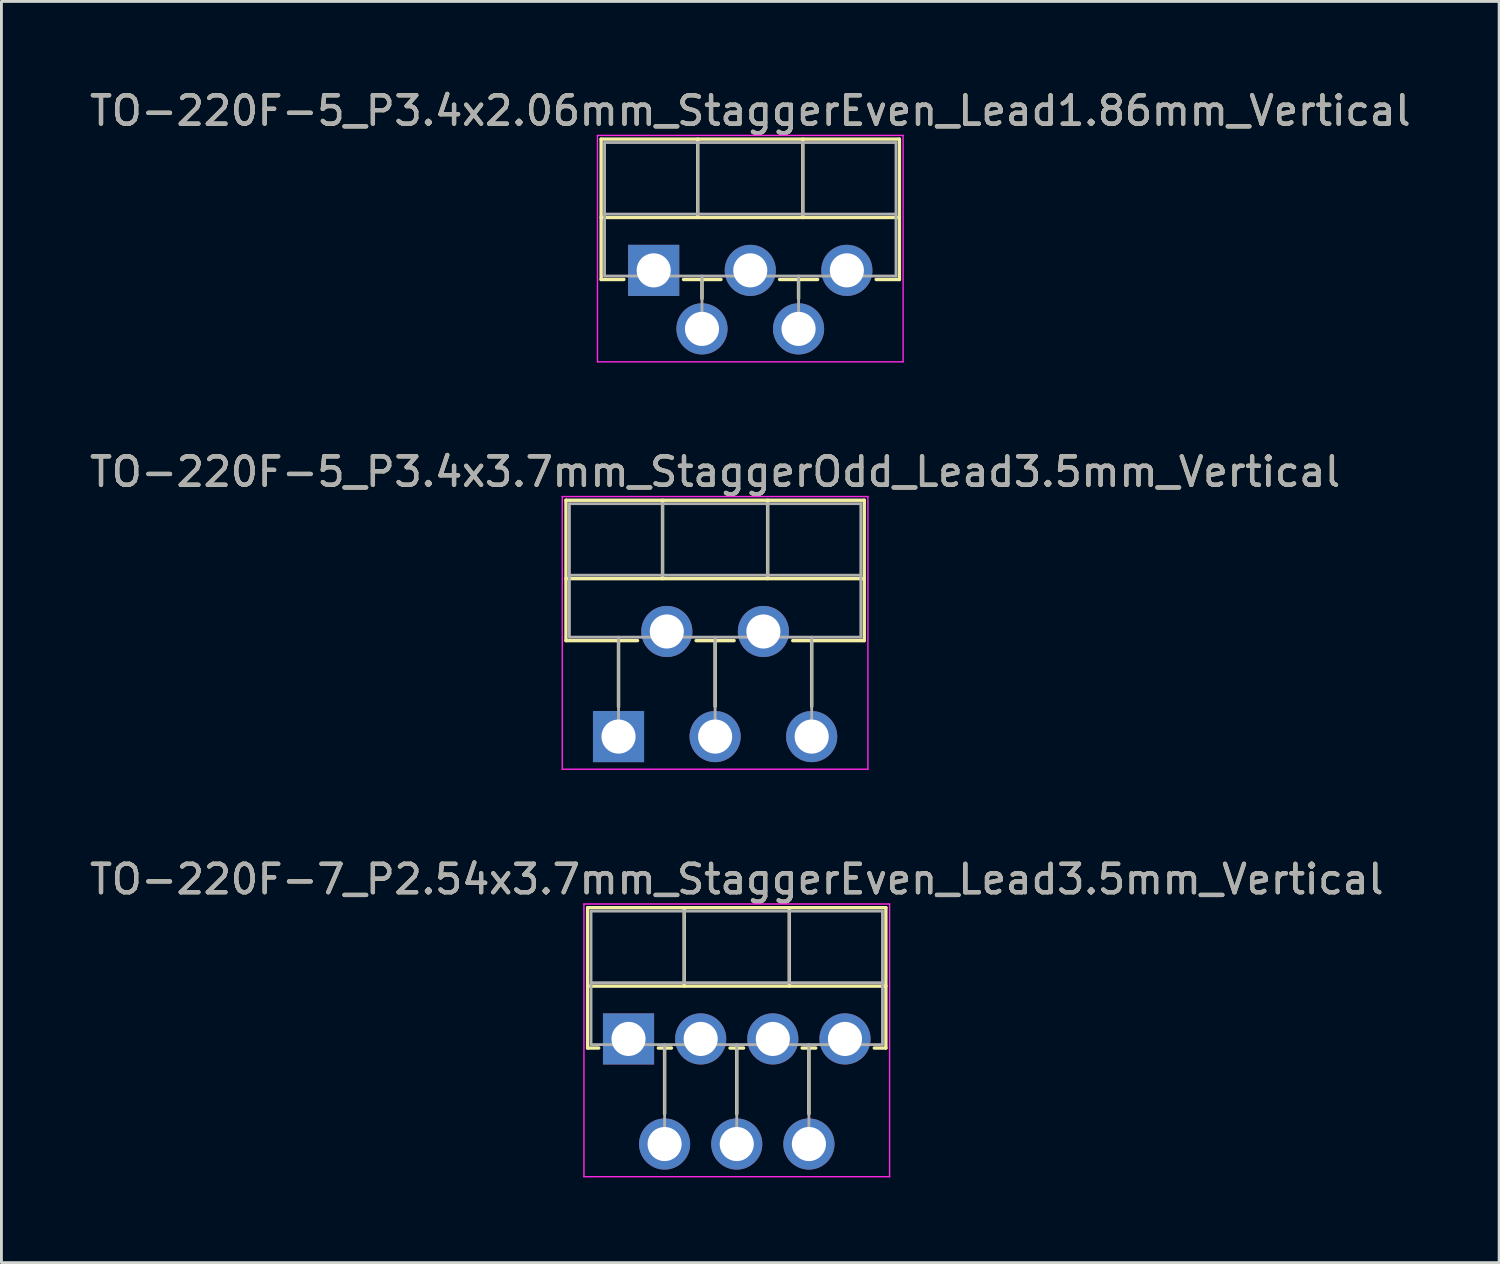
<source format=kicad_pcb>
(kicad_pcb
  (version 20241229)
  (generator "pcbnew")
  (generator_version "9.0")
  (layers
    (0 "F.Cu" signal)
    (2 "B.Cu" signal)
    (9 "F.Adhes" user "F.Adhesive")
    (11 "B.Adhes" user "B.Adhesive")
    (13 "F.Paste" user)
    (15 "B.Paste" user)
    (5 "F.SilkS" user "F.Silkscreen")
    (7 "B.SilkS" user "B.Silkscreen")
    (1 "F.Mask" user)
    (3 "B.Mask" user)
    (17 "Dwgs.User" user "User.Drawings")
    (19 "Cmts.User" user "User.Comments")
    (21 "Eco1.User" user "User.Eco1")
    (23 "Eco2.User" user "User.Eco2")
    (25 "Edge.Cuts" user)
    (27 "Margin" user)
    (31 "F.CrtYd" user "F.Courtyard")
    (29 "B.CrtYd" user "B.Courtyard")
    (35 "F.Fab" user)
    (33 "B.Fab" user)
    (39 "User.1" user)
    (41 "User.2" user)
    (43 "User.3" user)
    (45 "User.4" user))
  (footprint "TO-220F-5_P3.4x3.7mm_StaggerOdd_Lead3.5mm_Vertical"
    (layer "F.Cu")
    (at 18.725 22.881)
    (property "Reference" "TO-220F-5_P3.4x3.7mm_StaggerOdd_Lead3.5mm_Vertical" (at 3.4 -9.32 0) (layer "F.SilkS") (effects (font (size 1 1) (thickness 0.15))))
    (attr through_hole)
    (fp_line (start -1.85 -8.32) (end -1.85 -3.379) (stroke (width 0.12) (type solid)) (layer "F.SilkS"))
    (fp_line (start -1.85 -8.32) (end 8.65 -8.32) (stroke (width 0.12) (type solid)) (layer "F.SilkS"))
    (fp_line (start -1.85 -5.561) (end 8.65 -5.561) (stroke (width 0.12) (type solid)) (layer "F.SilkS"))
    (fp_line (start -1.85 -3.379) (end 0.669 -3.379) (stroke (width 0.12) (type solid)) (layer "F.SilkS"))
    (fp_line (start 0 -3.379) (end 0 -1.049) (stroke (width 0.12) (type solid)) (layer "F.SilkS"))
    (fp_line (start 1.55 -8.32) (end 1.55 -5.561) (stroke (width 0.12) (type solid)) (layer "F.SilkS"))
    (fp_line (start 2.732 -3.379) (end 4.069 -3.379) (stroke (width 0.12) (type solid)) (layer "F.SilkS"))
    (fp_line (start 3.4 -3.379) (end 3.4 -1.065) (stroke (width 0.12) (type solid)) (layer "F.SilkS"))
    (fp_line (start 5.25 -8.32) (end 5.25 -5.561) (stroke (width 0.12) (type solid)) (layer "F.SilkS"))
    (fp_line (start 6.132 -3.379) (end 8.65 -3.379) (stroke (width 0.12) (type solid)) (layer "F.SilkS"))
    (fp_line (start 6.8 -3.379) (end 6.8 -1.065) (stroke (width 0.12) (type solid)) (layer "F.SilkS"))
    (fp_line (start 8.65 -8.32) (end 8.65 -3.379) (stroke (width 0.12) (type solid)) (layer "F.SilkS"))
    (fp_line (start -1.98 -8.45) (end -1.98 1.15) (stroke (width 0.05) (type solid)) (layer "F.CrtYd"))
    (fp_line (start -1.98 1.15) (end 8.78 1.15) (stroke (width 0.05) (type solid)) (layer "F.CrtYd"))
    (fp_line (start 8.78 -8.45) (end -1.98 -8.45) (stroke (width 0.05) (type solid)) (layer "F.CrtYd"))
    (fp_line (start 8.78 1.15) (end 8.78 -8.45) (stroke (width 0.05) (type solid)) (layer "F.CrtYd"))
    (fp_line (start -1.73 -8.2) (end -1.73 -3.5) (stroke (width 0.1) (type solid)) (layer "F.Fab"))
    (fp_line (start -1.73 -5.68) (end 8.53 -5.68) (stroke (width 0.1) (type solid)) (layer "F.Fab"))
    (fp_line (start -1.73 -3.5) (end 8.53 -3.5) (stroke (width 0.1) (type solid)) (layer "F.Fab"))
    (fp_line (start 0 -3.5) (end 0 0) (stroke (width 0.1) (type solid)) (layer "F.Fab"))
    (fp_line (start 1.55 -8.2) (end 1.55 -5.68) (stroke (width 0.1) (type solid)) (layer "F.Fab"))
    (fp_line (start 3.4 -3.5) (end 3.4 0) (stroke (width 0.1) (type solid)) (layer "F.Fab"))
    (fp_line (start 5.25 -8.2) (end 5.25 -5.68) (stroke (width 0.1) (type solid)) (layer "F.Fab"))
    (fp_line (start 6.8 -3.5) (end 6.8 0) (stroke (width 0.1) (type solid)) (layer "F.Fab"))
    (fp_line (start 8.53 -8.2) (end -1.73 -8.2) (stroke (width 0.1) (type solid)) (layer "F.Fab"))
    (fp_line (start 8.53 -3.5) (end 8.53 -8.2) (stroke (width 0.1) (type solid)) (layer "F.Fab"))
    (fp_text user "${REFERENCE}" (at 3.4 -9.32 0) (layer "F.Fab") (effects (font (size 1 1) (thickness 0.15))))
    (pad "1" thru_hole rect (at 0 0) (size 1.8 1.8) (drill 1.2) (layers "*.Cu" "*.Mask"))
    (pad "2" thru_hole oval (at 1.7 -3.7) (size 1.8 1.8) (drill 1.2) (layers "*.Cu" "*.Mask"))
    (pad "3" thru_hole oval (at 3.4 0) (size 1.8 1.8) (drill 1.2) (layers "*.Cu" "*.Mask"))
    (pad "4" thru_hole oval (at 5.1 -3.7) (size 1.8 1.8) (drill 1.2) (layers "*.Cu" "*.Mask"))
    (pad "5" thru_hole oval (at 6.8 0) (size 1.8 1.8) (drill 1.2) (layers "*.Cu" "*.Mask")))
  (footprint "TO-220F-7_P2.54x3.7mm_StaggerEven_Lead3.5mm_Vertical"
    (layer "F.Cu")
    (at 19.077 33.525)
    (property "Reference" "TO-220F-7_P2.54x3.7mm_StaggerEven_Lead3.5mm_Vertical" (at 3.81 -5.62 0) (layer "F.SilkS") (effects (font (size 1 1) (thickness 0.15))))
    (attr through_hole)
    (fp_line (start -1.44 -4.62) (end -1.44 0.321) (stroke (width 0.12) (type solid)) (layer "F.SilkS"))
    (fp_line (start -1.44 -4.62) (end 9.06 -4.62) (stroke (width 0.12) (type solid)) (layer "F.SilkS"))
    (fp_line (start -1.44 -1.861) (end 9.06 -1.861) (stroke (width 0.12) (type solid)) (layer "F.SilkS"))
    (fp_line (start -1.44 0.321) (end -1.05 0.321) (stroke (width 0.12) (type solid)) (layer "F.SilkS"))
    (fp_line (start 1.05 0.321) (end 1.509 0.321) (stroke (width 0.12) (type solid)) (layer "F.SilkS"))
    (fp_line (start 1.27 0.321) (end 1.27 2.635) (stroke (width 0.12) (type solid)) (layer "F.SilkS"))
    (fp_line (start 1.96 -4.62) (end 1.96 -1.861) (stroke (width 0.12) (type solid)) (layer "F.SilkS"))
    (fp_line (start 3.572 0.321) (end 4.049 0.321) (stroke (width 0.12) (type solid)) (layer "F.SilkS"))
    (fp_line (start 3.81 0.321) (end 3.81 2.635) (stroke (width 0.12) (type solid)) (layer "F.SilkS"))
    (fp_line (start 5.66 -4.62) (end 5.66 -1.861) (stroke (width 0.12) (type solid)) (layer "F.SilkS"))
    (fp_line (start 6.112 0.321) (end 6.589 0.321) (stroke (width 0.12) (type solid)) (layer "F.SilkS"))
    (fp_line (start 6.35 0.321) (end 6.35 2.635) (stroke (width 0.12) (type solid)) (layer "F.SilkS"))
    (fp_line (start 8.652 0.321) (end 9.06 0.321) (stroke (width 0.12) (type solid)) (layer "F.SilkS"))
    (fp_line (start 9.06 -4.62) (end 9.06 0.321) (stroke (width 0.12) (type solid)) (layer "F.SilkS"))
    (fp_line (start -1.57 -4.75) (end -1.57 4.85) (stroke (width 0.05) (type solid)) (layer "F.CrtYd"))
    (fp_line (start -1.57 4.85) (end 9.19 4.85) (stroke (width 0.05) (type solid)) (layer "F.CrtYd"))
    (fp_line (start 9.19 -4.75) (end -1.57 -4.75) (stroke (width 0.05) (type solid)) (layer "F.CrtYd"))
    (fp_line (start 9.19 4.85) (end 9.19 -4.75) (stroke (width 0.05) (type solid)) (layer "F.CrtYd"))
    (fp_line (start -1.32 -4.5) (end -1.32 0.2) (stroke (width 0.1) (type solid)) (layer "F.Fab"))
    (fp_line (start -1.32 -1.98) (end 8.94 -1.98) (stroke (width 0.1) (type solid)) (layer "F.Fab"))
    (fp_line (start -1.32 0.2) (end 8.94 0.2) (stroke (width 0.1) (type solid)) (layer "F.Fab"))
    (fp_line (start 1.27 0.2) (end 1.27 3.7) (stroke (width 0.1) (type solid)) (layer "F.Fab"))
    (fp_line (start 1.96 -4.5) (end 1.96 -1.98) (stroke (width 0.1) (type solid)) (layer "F.Fab"))
    (fp_line (start 3.81 0.2) (end 3.81 3.7) (stroke (width 0.1) (type solid)) (layer "F.Fab"))
    (fp_line (start 5.66 -4.5) (end 5.66 -1.98) (stroke (width 0.1) (type solid)) (layer "F.Fab"))
    (fp_line (start 6.35 0.2) (end 6.35 3.7) (stroke (width 0.1) (type solid)) (layer "F.Fab"))
    (fp_line (start 8.94 -4.5) (end -1.32 -4.5) (stroke (width 0.1) (type solid)) (layer "F.Fab"))
    (fp_line (start 8.94 0.2) (end 8.94 -4.5) (stroke (width 0.1) (type solid)) (layer "F.Fab"))
    (fp_text user "${REFERENCE}" (at 3.81 -5.62 0) (layer "F.Fab") (effects (font (size 1 1) (thickness 0.15))))
    (pad "1" thru_hole rect (at 0 0) (size 1.8 1.8) (drill 1.2) (layers "*.Cu" "*.Mask"))
    (pad "2" thru_hole oval (at 1.27 3.7) (size 1.8 1.8) (drill 1.2) (layers "*.Cu" "*.Mask"))
    (pad "3" thru_hole oval (at 2.54 0) (size 1.8 1.8) (drill 1.2) (layers "*.Cu" "*.Mask"))
    (pad "4" thru_hole oval (at 3.81 3.7) (size 1.8 1.8) (drill 1.2) (layers "*.Cu" "*.Mask"))
    (pad "5" thru_hole oval (at 5.08 0) (size 1.8 1.8) (drill 1.2) (layers "*.Cu" "*.Mask"))
    (pad "6" thru_hole oval (at 6.35 3.7) (size 1.8 1.8) (drill 1.2) (layers "*.Cu" "*.Mask"))
    (pad "7" thru_hole oval (at 7.62 0) (size 1.8 1.8) (drill 1.2) (layers "*.Cu" "*.Mask")))
  (footprint "TO-220F-5_P3.4x2.06mm_StaggerEven_Lead1.86mm_Vertical"
    (layer "F.Cu")
    (at 19.963 6.468)
    (property "Reference" "TO-220F-5_P3.4x2.06mm_StaggerEven_Lead1.86mm_Vertical" (at 3.4 -5.62 0) (layer "F.SilkS") (effects (font (size 1 1) (thickness 0.15))))
    (attr through_hole)
    (fp_line (start -1.85 -4.62) (end -1.85 0.321) (stroke (width 0.12) (type solid)) (layer "F.SilkS"))
    (fp_line (start -1.85 -4.62) (end 8.65 -4.62) (stroke (width 0.12) (type solid)) (layer "F.SilkS"))
    (fp_line (start -1.85 -1.861) (end 8.65 -1.861) (stroke (width 0.12) (type solid)) (layer "F.SilkS"))
    (fp_line (start -1.85 0.321) (end -1.05 0.321) (stroke (width 0.12) (type solid)) (layer "F.SilkS"))
    (fp_line (start 1.05 0.321) (end 2.369 0.321) (stroke (width 0.12) (type solid)) (layer "F.SilkS"))
    (fp_line (start 1.55 -4.62) (end 1.55 -1.861) (stroke (width 0.12) (type solid)) (layer "F.SilkS"))
    (fp_line (start 1.7 0.321) (end 1.7 0.995) (stroke (width 0.12) (type solid)) (layer "F.SilkS"))
    (fp_line (start 4.432 0.321) (end 5.769 0.321) (stroke (width 0.12) (type solid)) (layer "F.SilkS"))
    (fp_line (start 5.1 0.321) (end 5.1 0.995) (stroke (width 0.12) (type solid)) (layer "F.SilkS"))
    (fp_line (start 5.25 -4.62) (end 5.25 -1.861) (stroke (width 0.12) (type solid)) (layer "F.SilkS"))
    (fp_line (start 7.832 0.321) (end 8.65 0.321) (stroke (width 0.12) (type solid)) (layer "F.SilkS"))
    (fp_line (start 8.65 -4.62) (end 8.65 0.321) (stroke (width 0.12) (type solid)) (layer "F.SilkS"))
    (fp_line (start -1.98 -4.75) (end -1.98 3.22) (stroke (width 0.05) (type solid)) (layer "F.CrtYd"))
    (fp_line (start -1.98 3.22) (end 8.78 3.22) (stroke (width 0.05) (type solid)) (layer "F.CrtYd"))
    (fp_line (start 8.78 -4.75) (end -1.98 -4.75) (stroke (width 0.05) (type solid)) (layer "F.CrtYd"))
    (fp_line (start 8.78 3.22) (end 8.78 -4.75) (stroke (width 0.05) (type solid)) (layer "F.CrtYd"))
    (fp_line (start -1.73 -4.5) (end -1.73 0.2) (stroke (width 0.1) (type solid)) (layer "F.Fab"))
    (fp_line (start -1.73 -1.98) (end 8.53 -1.98) (stroke (width 0.1) (type solid)) (layer "F.Fab"))
    (fp_line (start -1.73 0.2) (end 8.53 0.2) (stroke (width 0.1) (type solid)) (layer "F.Fab"))
    (fp_line (start 1.55 -4.5) (end 1.55 -1.98) (stroke (width 0.1) (type solid)) (layer "F.Fab"))
    (fp_line (start 1.7 0.2) (end 1.7 2.06) (stroke (width 0.1) (type solid)) (layer "F.Fab"))
    (fp_line (start 5.1 0.2) (end 5.1 2.06) (stroke (width 0.1) (type solid)) (layer "F.Fab"))
    (fp_line (start 5.25 -4.5) (end 5.25 -1.98) (stroke (width 0.1) (type solid)) (layer "F.Fab"))
    (fp_line (start 8.53 -4.5) (end -1.73 -4.5) (stroke (width 0.1) (type solid)) (layer "F.Fab"))
    (fp_line (start 8.53 0.2) (end 8.53 -4.5) (stroke (width 0.1) (type solid)) (layer "F.Fab"))
    (fp_text user "${REFERENCE}" (at 3.4 -5.62 0) (layer "F.Fab") (effects (font (size 1 1) (thickness 0.15))))
    (pad "1" thru_hole rect (at 0 0) (size 1.8 1.8) (drill 1.2) (layers "*.Cu" "*.Mask"))
    (pad "2" thru_hole oval (at 1.7 2.06) (size 1.8 1.8) (drill 1.2) (layers "*.Cu" "*.Mask"))
    (pad "3" thru_hole oval (at 3.4 0) (size 1.8 1.8) (drill 1.2) (layers "*.Cu" "*.Mask"))
    (pad "4" thru_hole oval (at 5.1 2.06) (size 1.8 1.8) (drill 1.2) (layers "*.Cu" "*.Mask"))
    (pad "5" thru_hole oval (at 6.8 0) (size 1.8 1.8) (drill 1.2) (layers "*.Cu" "*.Mask")))
  (gr_rect
    (start -3 -3)
    (end 49.726 41.4)
    (stroke (width 0.1) (type default))
    (fill no)
    (layer "Edge.Cuts")))
</source>
